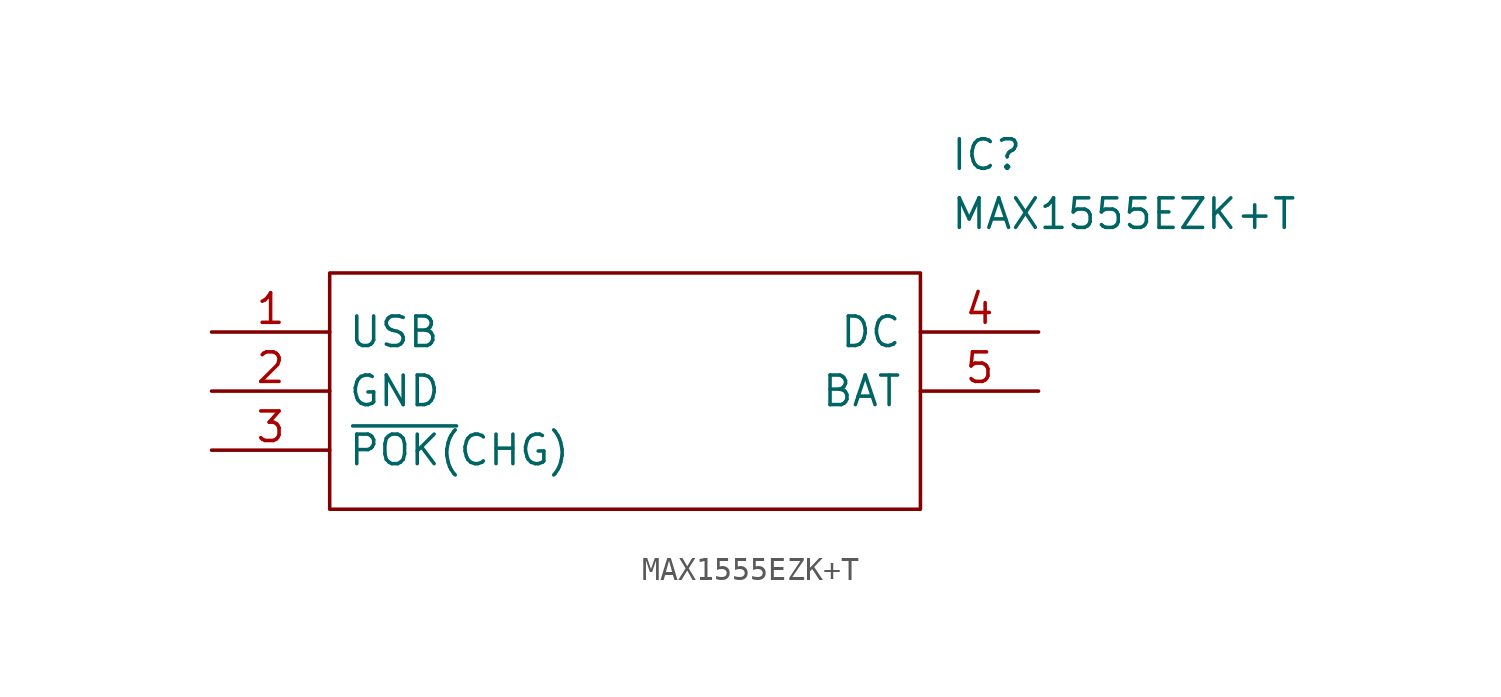
<source format=kicad_sym>
(kicad_symbol_lib
  (version 20211014)
  (generator kicad_symbol_editor)
  (symbol "MAX1555EZK+T"
    (pin_names
      (offset 0.762))
    (property "Reference" "IC"
      (at 31.75 7.62 0)
      (effects (font (size 1.27 1.27)) (justify left)))
    (property "Value" "MAX1555EZK+T"
      (at 31.75 5.08 0)
      (effects (font (size 1.27 1.27)) (justify left)))
    (symbol "MAX1555EZK+T_0_0"
      (pin passive line (at 0 0 0) (length 5.08) (name "USB" (effects (font (size 1.27 1.27)))) (number "1" (effects (font (size 1.27 1.27)))))
      (pin passive line (at 0 -2.54 0) (length 5.08) (name "GND" (effects (font (size 1.27 1.27)))) (number "2" (effects (font (size 1.27 1.27)))))
      (pin passive line (at 0 -5.08 0) (length 5.08) (name "~{POK(}CHG)" (effects (font (size 1.27 1.27)))) (number "3" (effects (font (size 1.27 1.27)))))
      (pin passive line (at 35.56 0 180) (length 5.08) (name "DC" (effects (font (size 1.27 1.27)))) (number "4" (effects (font (size 1.27 1.27)))))
      (pin passive line (at 35.56 -2.54 180) (length 5.08) (name "BAT" (effects (font (size 1.27 1.27)))) (number "5" (effects (font (size 1.27 1.27))))))
    (symbol "MAX1555EZK+T_0_1"
      (polyline (pts (xy 5.08 2.54) (xy 30.48 2.54) (xy 30.48 -7.62) (xy 5.08 -7.62) (xy 5.08 2.54)) (stroke (width 0.152) (type default) (color 0 0 0 0)) (fill (type none))))))
</source>
